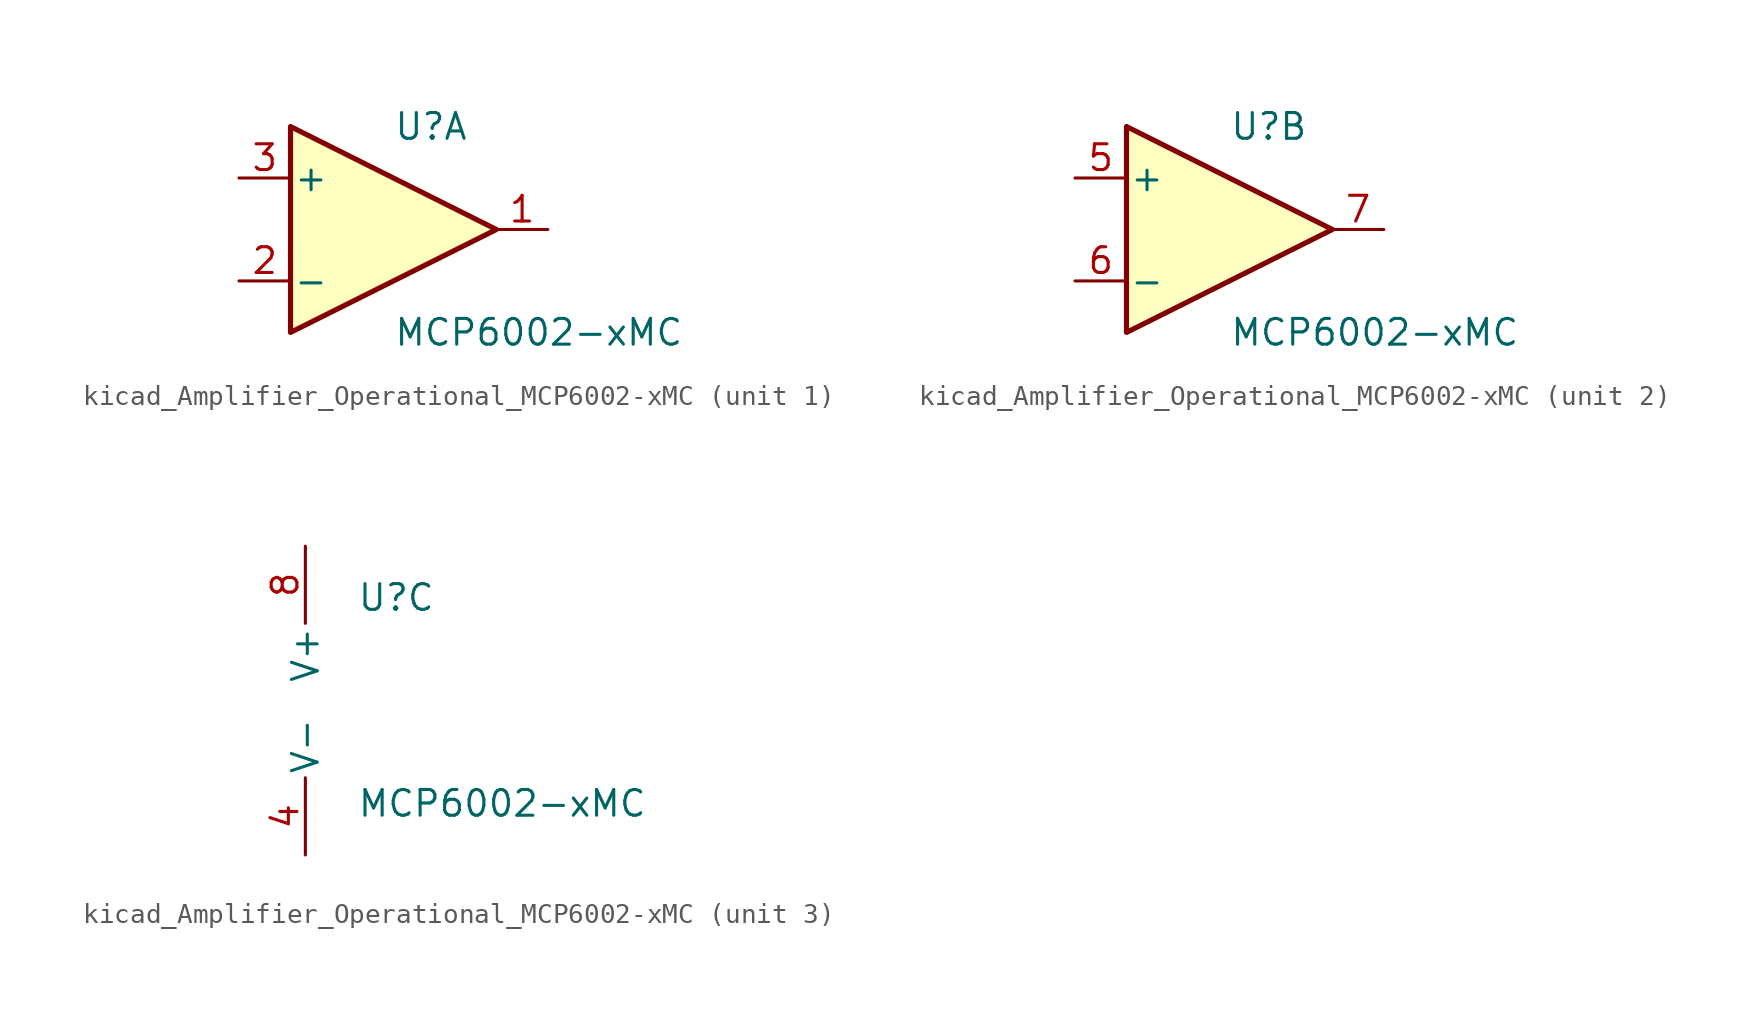
<source format=kicad_sym>
(kicad_symbol_lib
  (version 20220914)
  (generator kicad_symbol_editor)
  (symbol "kicad_Amplifier_Operational_MCP6002-xMC"
    (pin_names
      (offset 0.127))
    (property "Reference" "U"
      (at 0 5.08 0)
      (effects (font (size 1.27 1.27)) (justify left)))
    (property "Value" "MCP6002-xMC"
      (at 0 -5.08 0)
      (effects (font (size 1.27 1.27)) (justify left)))
    (property "ki_locked" ""
      (at 0 0 0)
      (effects (font (size 1.27 1.27))))
    (symbol "kicad_Amplifier_Operational_MCP6002-xMC_1_1"
      (polyline (pts (xy -5.08 5.08) (xy 5.08 0) (xy -5.08 -5.08) (xy -5.08 5.08)) (stroke (width 0.254) (type default)) (fill (type background)))
      (pin output line (at 7.62 0 180) (length 2.54) (name "~" (effects (font (size 1.27 1.27)))) (number "1" (effects (font (size 1.27 1.27)))))
      (pin input line (at -7.62 -2.54 0) (length 2.54) (name "-" (effects (font (size 1.27 1.27)))) (number "2" (effects (font (size 1.27 1.27)))))
      (pin input line (at -7.62 2.54 0) (length 2.54) (name "+" (effects (font (size 1.27 1.27)))) (number "3" (effects (font (size 1.27 1.27))))))
    (symbol "kicad_Amplifier_Operational_MCP6002-xMC_2_1"
      (polyline (pts (xy -5.08 5.08) (xy 5.08 0) (xy -5.08 -5.08) (xy -5.08 5.08)) (stroke (width 0.254) (type default)) (fill (type background)))
      (pin input line (at -7.62 2.54 0) (length 2.54) (name "+" (effects (font (size 1.27 1.27)))) (number "5" (effects (font (size 1.27 1.27)))))
      (pin input line (at -7.62 -2.54 0) (length 2.54) (name "-" (effects (font (size 1.27 1.27)))) (number "6" (effects (font (size 1.27 1.27)))))
      (pin output line (at 7.62 0 180) (length 2.54) (name "~" (effects (font (size 1.27 1.27)))) (number "7" (effects (font (size 1.27 1.27))))))
    (symbol "kicad_Amplifier_Operational_MCP6002-xMC_3_1"
      (pin power_in line (at -2.54 -7.62 90) (length 3.81) (name "V-" (effects (font (size 1.27 1.27)))) (number "4" (effects (font (size 1.27 1.27)))))
      (pin power_in line (at -2.54 7.62 270) (length 3.81) (name "V+" (effects (font (size 1.27 1.27)))) (number "8" (effects (font (size 1.27 1.27)))))
      (pin passive line (at -2.54 -7.62 90) (length 3.81) hide (name "V-" (effects (font (size 1.27 1.27)))) (number "9" (effects (font (size 1.27 1.27))))))))
</source>
